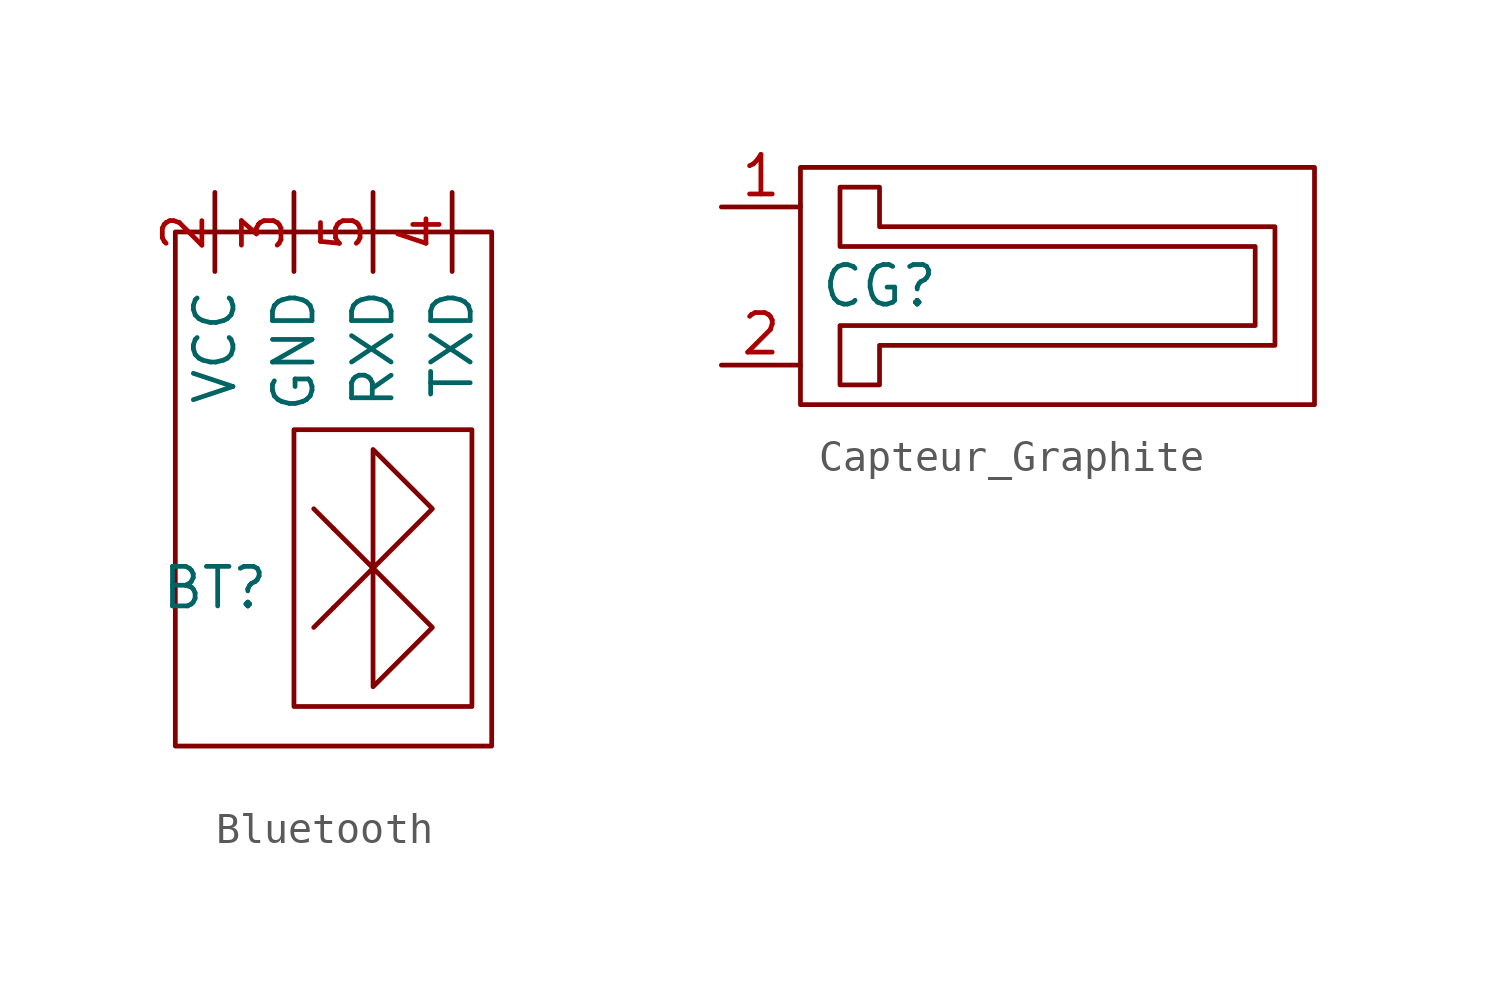
<source format=kicad_sym>
(kicad_symbol_lib
  (version 20220914)
  (generator kicad_symbol_editor)
  (symbol "Bluetooth"
    (property "Reference" "BT"
      (at -2.54 -5.08 0)
      (effects (font (size 1.27 1.27))))
    (property "Value" ""
      (at 1.905 -0.635 0)
      (effects (font (size 1.27 1.27))))
    (symbol "Bluetooth_0_1"
      (polyline (pts (xy 1.27 -5.715) (xy 0.635 -6.35)) (stroke (width 0) (type default)) (fill (type none)))
      (polyline (pts (xy 1.27 -3.175) (xy 0.635 -2.54) (xy 1.27 -3.175)) (stroke (width 0) (type default)) (fill (type none)))
      (polyline (pts (xy 2.54 -2.54) (xy 2.54 -8.255) (xy 4.445 -6.35) (xy 2.54 -4.445) (xy 4.445 -2.54) (xy 2.54 -0.635) (xy 2.54 -2.54) (xy 2.54 -4.445) (xy 1.27 -3.175) (xy 2.54 -4.445) (xy 1.27 -5.715) (xy 2.54 -4.445)) (stroke (width 0) (type default)) (fill (type none)))
      (rectangle (start 0 0) (end 5.715 -8.89) (stroke (width 0) (type default)) (fill (type none))))
    (symbol "Bluetooth_1_1"
      (rectangle (start -3.81 6.35) (end 6.35 -10.16) (stroke (width 0) (type default)) (fill (type none)))
      (pin power_in line (at -2.54 7.62 270) (length 2.54) (name "VCC" (effects (font (size 1.27 1.27)))) (number "2" (effects (font (size 1.27 1.27)))))
      (pin power_in line (at 0 7.62 270) (length 2.54) (name "GND" (effects (font (size 1.27 1.27)))) (number "3" (effects (font (size 1.27 1.27)))))
      (pin output line (at 5.08 7.62 270) (length 2.54) (name "TXD" (effects (font (size 1.27 1.27)))) (number "4" (effects (font (size 1.27 1.27)))))
      (pin output line (at 2.54 7.62 270) (length 2.54) (name "RXD" (effects (font (size 1.27 1.27)))) (number "5" (effects (font (size 1.27 1.27)))))))
  (symbol "Capteur_Graphite"
    (property "Reference" "CG"
      (at -4.445 -4.445 0)
      (effects (font (size 1.27 1.27))))
    (property "Value" ""
      (at -4.445 -4.445 90)
      (effects (font (size 1.27 1.27))))
    (symbol "Capteur_Graphite_0_1"
      (rectangle (start -6.985 -8.255) (end 9.525 -0.635) (stroke (width 0) (type default)) (fill (type none)))
      (polyline (pts (xy -5.715 -6.985) (xy -5.715 -5.715) (xy 7.62 -5.715) (xy 7.62 -3.81) (xy 7.62 -3.175) (xy -5.715 -3.175) (xy -5.715 -1.27) (xy -4.445 -1.27) (xy -4.445 -2.54) (xy 8.255 -2.54) (xy 8.255 -6.35) (xy -4.445 -6.35) (xy -4.445 -7.62) (xy -5.715 -7.62) (xy -5.715 -6.985) (xy -5.715 -6.35)) (stroke (width 0) (type default)) (fill (type none))))
    (symbol "Capteur_Graphite_1_1"
      (pin passive line (at -9.525 -1.905 0) (length 2.54) (name "" (effects (font (size 1.27 1.27)))) (number "1" (effects (font (size 1.27 1.27)))))
      (pin passive line (at -9.525 -6.985 0) (length 2.54) (name "" (effects (font (size 1.27 1.27)))) (number "2" (effects (font (size 1.27 1.27))))))))
</source>
